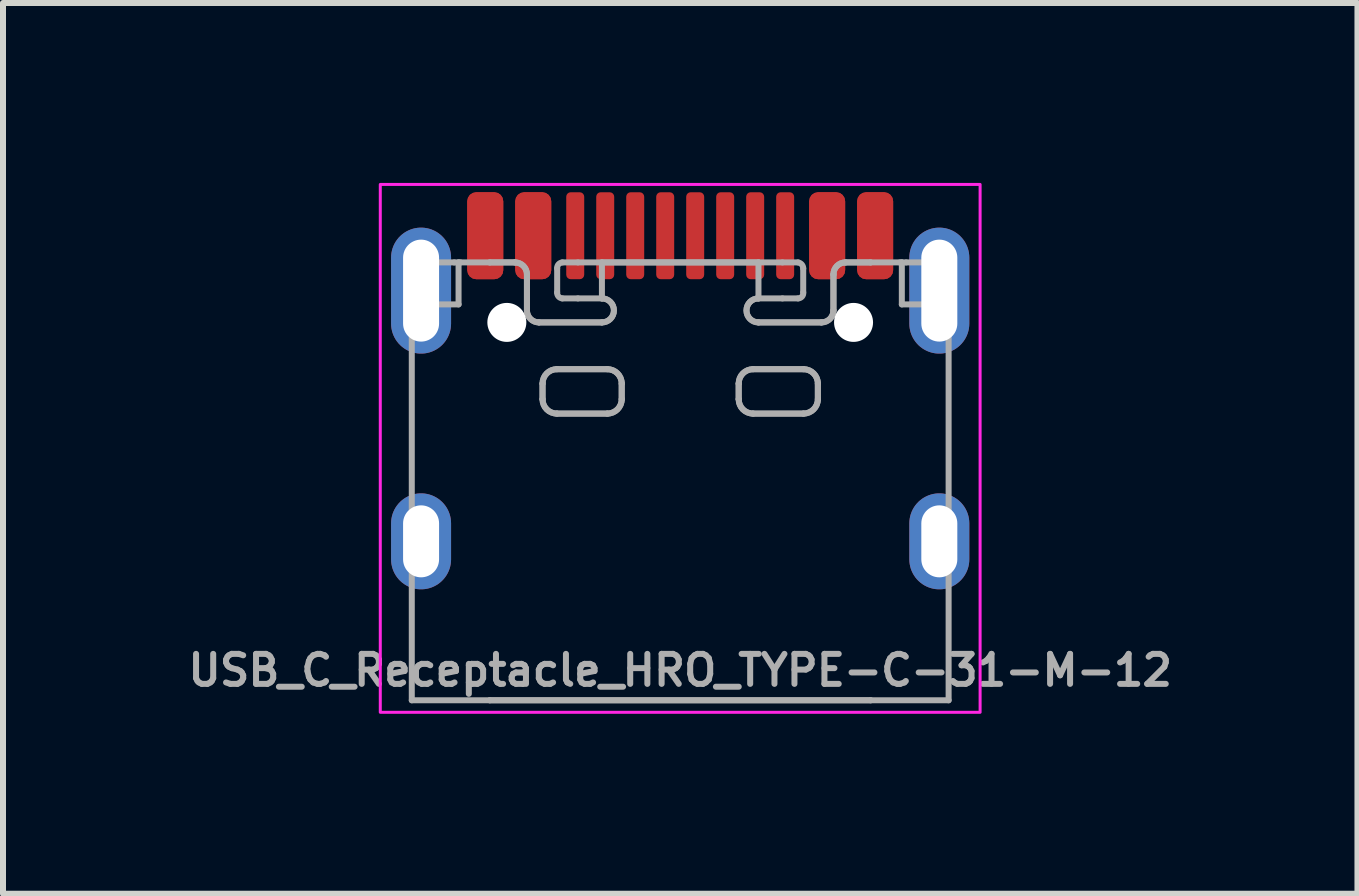
<source format=kicad_pcb>
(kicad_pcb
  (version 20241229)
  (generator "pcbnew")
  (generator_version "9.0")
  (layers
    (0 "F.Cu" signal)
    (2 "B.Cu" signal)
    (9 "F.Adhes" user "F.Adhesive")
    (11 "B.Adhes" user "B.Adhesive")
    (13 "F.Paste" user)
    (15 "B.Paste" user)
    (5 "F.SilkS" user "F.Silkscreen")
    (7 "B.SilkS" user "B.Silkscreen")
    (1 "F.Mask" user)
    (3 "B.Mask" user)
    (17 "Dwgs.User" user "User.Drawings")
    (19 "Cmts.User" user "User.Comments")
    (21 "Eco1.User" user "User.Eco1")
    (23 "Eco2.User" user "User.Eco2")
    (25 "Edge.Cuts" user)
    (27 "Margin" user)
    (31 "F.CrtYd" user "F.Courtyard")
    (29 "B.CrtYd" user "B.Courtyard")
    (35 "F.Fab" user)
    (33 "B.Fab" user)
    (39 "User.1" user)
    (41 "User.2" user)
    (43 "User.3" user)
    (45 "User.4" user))
  (footprint "USB_C_Receptacle_HRO_TYPE-C-31-M-12"
    (layer "F.Cu")
    (at 8.29 4.925)
    (property "Reference" "USB_C_Receptacle_HRO_TYPE-C-31-M-12" (at 0 3.2 0) (layer "F.Fab") (effects (font (size 0.5 0.5) (thickness 0.1))))
    (attr smd)
    (fp_rect (start -5 -4.9) (end 5 3.9) (stroke (width 0.05) (type default)) (fill no) (layer "F.CrtYd"))
    (fp_line (start -4.475 -3.6) (end -4.475 -2.98) (stroke (width 0.1) (type solid)) (layer "F.Fab"))
    (fp_line (start -4.475 -3.6) (end -4.475 -2.9) (stroke (width 0.1) (type solid)) (layer "F.Fab"))
    (fp_line (start -4.475 -3.6) (end -3.767 -3.6) (stroke (width 0.1) (type solid)) (layer "F.Fab"))
    (fp_line (start -4.475 -2.9) (end -4.475 3.7) (stroke (width 0.1) (type solid)) (layer "F.Fab"))
    (fp_line (start -4.475 -2.9) (end -3.695 -2.9) (stroke (width 0.1) (type solid)) (layer "F.Fab"))
    (fp_line (start -4.475 3.7) (end -3.175 3.7) (stroke (width 0.1) (type solid)) (layer "F.Fab"))
    (fp_line (start -3.695 -3.6) (end -3.695 -2.9) (stroke (width 0.1) (type solid)) (layer "F.Fab"))
    (fp_line (start -3.695 -3.6) (end -3.175 -3.6) (stroke (width 0.1) (type solid)) (layer "F.Fab"))
    (fp_line (start -3.663 -3.6) (end -3.767 -3.6) (stroke (width 0.1) (type solid)) (layer "F.Fab"))
    (fp_line (start -3.175 -3.6) (end -2.755 -3.6) (stroke (width 0.1) (type solid)) (layer "F.Fab"))
    (fp_line (start -3.175 3.7) (end 3.175 3.7) (stroke (width 0.1) (type solid)) (layer "F.Fab"))
    (fp_line (start -2.755 -3.6) (end -3.175 -3.6) (stroke (width 0.1) (type solid)) (layer "F.Fab"))
    (fp_line (start -2.555 -3.4) (end -2.555 -2.8) (stroke (width 0.1) (type solid)) (layer "F.Fab"))
    (fp_line (start -2.555 -3.4) (end -2.555 -2.8) (stroke (width 0.1) (type solid)) (layer "F.Fab"))
    (fp_line (start -2.355 -2.6) (end -1.305 -2.6) (stroke (width 0.1) (type solid)) (layer "F.Fab"))
    (fp_line (start -2.355 -2.6) (end -1.305 -2.6) (stroke (width 0.1) (type solid)) (layer "F.Fab"))
    (fp_line (start -2.295 -1.58) (end -2.295 -1.32) (stroke (width 0.1) (type solid)) (layer "F.Fab"))
    (fp_line (start -2.295 -1.32) (end -2.295 -1.58) (stroke (width 0.1) (type solid)) (layer "F.Fab"))
    (fp_line (start -2.055 -1.82) (end -1.215 -1.82) (stroke (width 0.1) (type solid)) (layer "F.Fab"))
    (fp_line (start -2.055 -1.08) (end -1.215 -1.08) (stroke (width 0.1) (type solid)) (layer "F.Fab"))
    (fp_line (start -2.051 -3.1) (end -2.051 -3.5) (stroke (width 0.1) (type solid)) (layer "F.Fab"))
    (fp_line (start -1.965 -3.6) (end -1.705 -3.6) (stroke (width 0.1) (type solid)) (layer "F.Fab"))
    (fp_line (start -1.705 -3.6) (end -1.305 -3.6) (stroke (width 0.1) (type solid)) (layer "F.Fab"))
    (fp_line (start -1.705 -3) (end -1.965 -3) (stroke (width 0.1) (type solid)) (layer "F.Fab"))
    (fp_line (start -1.705 -3) (end -1.305 -3) (stroke (width 0.1) (type solid)) (layer "F.Fab"))
    (fp_line (start -1.305 -3.6) (end 1.305 -3.6) (stroke (width 0.1) (type solid)) (layer "F.Fab"))
    (fp_line (start -1.305 -3) (end -1.305 -3.6) (stroke (width 0.1) (type solid)) (layer "F.Fab"))
    (fp_line (start -1.215 -1.82) (end -2.055 -1.82) (stroke (width 0.1) (type solid)) (layer "F.Fab"))
    (fp_line (start -1.215 -1.08) (end -2.055 -1.08) (stroke (width 0.1) (type solid)) (layer "F.Fab"))
    (fp_line (start -0.975 -1.58) (end -0.975 -1.32) (stroke (width 0.1) (type solid)) (layer "F.Fab"))
    (fp_line (start -0.975 -1.32) (end -0.975 -1.58) (stroke (width 0.1) (type solid)) (layer "F.Fab"))
    (fp_line (start 0.975 -1.58) (end 0.975 -1.32) (stroke (width 0.1) (type solid)) (layer "F.Fab"))
    (fp_line (start 0.975 -1.32) (end 0.975 -1.58) (stroke (width 0.1) (type solid)) (layer "F.Fab"))
    (fp_line (start 1.215 -1.82) (end 2.055 -1.82) (stroke (width 0.1) (type solid)) (layer "F.Fab"))
    (fp_line (start 1.215 -1.08) (end 2.055 -1.08) (stroke (width 0.1) (type solid)) (layer "F.Fab"))
    (fp_line (start 1.305 -3.6) (end -1.305 -3.6) (stroke (width 0.1) (type solid)) (layer "F.Fab"))
    (fp_line (start 1.305 -3.6) (end 1.305 -3) (stroke (width 0.1) (type solid)) (layer "F.Fab"))
    (fp_line (start 1.305 -2.6) (end 2.355 -2.6) (stroke (width 0.1) (type solid)) (layer "F.Fab"))
    (fp_line (start 1.705 -3) (end 1.305 -3) (stroke (width 0.1) (type solid)) (layer "F.Fab"))
    (fp_line (start 1.705 -3) (end 1.965 -3) (stroke (width 0.1) (type solid)) (layer "F.Fab"))
    (fp_line (start 1.705 -3.6) (end 1.305 -3.6) (stroke (width 0.1) (type solid)) (layer "F.Fab"))
    (fp_line (start 1.965 -3.6) (end 1.705 -3.6) (stroke (width 0.1) (type solid)) (layer "F.Fab"))
    (fp_line (start 2.051 -3.1) (end 2.051 -3.5) (stroke (width 0.1) (type solid)) (layer "F.Fab"))
    (fp_line (start 2.055 -1.82) (end 1.215 -1.82) (stroke (width 0.1) (type solid)) (layer "F.Fab"))
    (fp_line (start 2.055 -1.08) (end 1.215 -1.08) (stroke (width 0.1) (type solid)) (layer "F.Fab"))
    (fp_line (start 2.295 -1.58) (end 2.295 -1.32) (stroke (width 0.1) (type solid)) (layer "F.Fab"))
    (fp_line (start 2.295 -1.32) (end 2.295 -1.58) (stroke (width 0.1) (type solid)) (layer "F.Fab"))
    (fp_line (start 2.355 -2.6) (end 1.305 -2.6) (stroke (width 0.1) (type solid)) (layer "F.Fab"))
    (fp_line (start 2.555 -3.4) (end 2.555 -2.8) (stroke (width 0.1) (type solid)) (layer "F.Fab"))
    (fp_line (start 2.555 -2.8) (end 2.555 -3.4) (stroke (width 0.1) (type solid)) (layer "F.Fab"))
    (fp_line (start 2.755 -3.6) (end 3.175 -3.6) (stroke (width 0.1) (type solid)) (layer "F.Fab"))
    (fp_line (start 3.175 -3.6) (end 2.755 -3.6) (stroke (width 0.1) (type solid)) (layer "F.Fab"))
    (fp_line (start 3.175 3.7) (end -3.175 3.7) (stroke (width 0.1) (type solid)) (layer "F.Fab"))
    (fp_line (start 3.695 -3.6) (end 3.175 -3.6) (stroke (width 0.1) (type solid)) (layer "F.Fab"))
    (fp_line (start 3.695 -3.6) (end 3.695 -2.9) (stroke (width 0.1) (type solid)) (layer "F.Fab"))
    (fp_line (start 3.767 -3.6) (end 3.663 -3.6) (stroke (width 0.1) (type solid)) (layer "F.Fab"))
    (fp_line (start 3.767 -3.6) (end 4.475 -3.6) (stroke (width 0.1) (type solid)) (layer "F.Fab"))
    (fp_line (start 4.475 -3.6) (end 4.475 -2.98) (stroke (width 0.1) (type solid)) (layer "F.Fab"))
    (fp_line (start 4.475 -3.6) (end 4.475 -2.9) (stroke (width 0.1) (type solid)) (layer "F.Fab"))
    (fp_line (start 4.475 -2.9) (end 3.695 -2.9) (stroke (width 0.1) (type solid)) (layer "F.Fab"))
    (fp_line (start 4.475 3.7) (end 3.175 3.7) (stroke (width 0.1) (type solid)) (layer "F.Fab"))
    (fp_line (start 4.475 3.7) (end 4.475 -2.9) (stroke (width 0.1) (type solid)) (layer "F.Fab"))
    (fp_arc (start -2.755 -3.6) (mid -2.613579 -3.541421) (end -2.555 -3.4) (stroke (width 0.1) (type solid)) (layer "F.Fab"))
    (fp_arc (start -2.755 -3.6) (mid -2.613579 -3.541421) (end -2.555 -3.4) (stroke (width 0.1) (type solid)) (layer "F.Fab"))
    (fp_arc (start -2.355 -2.6) (mid -2.496421 -2.658579) (end -2.555 -2.8) (stroke (width 0.1) (type solid)) (layer "F.Fab"))
    (fp_arc (start -2.355 -2.6) (mid -2.496421 -2.658579) (end -2.555 -2.8) (stroke (width 0.1) (type solid)) (layer "F.Fab"))
    (fp_arc (start -2.295001 -1.580001) (mid -2.224706 -1.749706) (end -2.055 -1.82) (stroke (width 0.1) (type solid)) (layer "F.Fab"))
    (fp_arc (start -2.295 -1.58) (mid -2.224706 -1.749706) (end -2.055 -1.82) (stroke (width 0.1) (type solid)) (layer "F.Fab"))
    (fp_arc (start -2.055001 -1.080001) (mid -2.224706 -1.150295) (end -2.295 -1.32) (stroke (width 0.1) (type solid)) (layer "F.Fab"))
    (fp_arc (start -2.055 -1.08) (mid -2.224706 -1.150294) (end -2.295 -1.32) (stroke (width 0.1) (type solid)) (layer "F.Fab"))
    (fp_arc (start -2.051414 -3.500002) (mid -2.028821 -3.567938) (end -1.964808 -3.6) (stroke (width 0.1) (type solid)) (layer "F.Fab"))
    (fp_arc (start -1.964808 -3) (mid -2.028819 -3.032063) (end -2.051409 -3.099997) (stroke (width 0.1) (type solid)) (layer "F.Fab"))
    (fp_arc (start -1.305 -3) (mid -1.105 -2.8) (end -1.305 -2.6) (stroke (width 0.1) (type solid)) (layer "F.Fab"))
    (fp_arc (start -1.305 -3) (mid -1.105 -2.8) (end -1.305 -2.6) (stroke (width 0.1) (type solid)) (layer "F.Fab"))
    (fp_arc (start -1.215 -1.82) (mid -1.045294 -1.749706) (end -0.975 -1.58) (stroke (width 0.1) (type solid)) (layer "F.Fab"))
    (fp_arc (start -1.215 -1.82) (mid -1.045294 -1.749706) (end -0.975 -1.58) (stroke (width 0.1) (type solid)) (layer "F.Fab"))
    (fp_arc (start -0.974999 -1.32) (mid -1.045294 -1.150294) (end -1.215 -1.079999) (stroke (width 0.1) (type solid)) (layer "F.Fab"))
    (fp_arc (start -0.974999 -1.32) (mid -1.045294 -1.150294) (end -1.215 -1.079999) (stroke (width 0.1) (type solid)) (layer "F.Fab"))
    (fp_arc (start 0.975 -1.58) (mid 1.045294 -1.749706) (end 1.215 -1.82) (stroke (width 0.1) (type solid)) (layer "F.Fab"))
    (fp_arc (start 0.975 -1.58) (mid 1.045294 -1.749706) (end 1.215 -1.82) (stroke (width 0.1) (type solid)) (layer "F.Fab"))
    (fp_arc (start 1.215 -1.08) (mid 1.045294 -1.150294) (end 0.975 -1.32) (stroke (width 0.1) (type solid)) (layer "F.Fab"))
    (fp_arc (start 1.215 -1.08) (mid 1.045294 -1.150294) (end 0.975 -1.32) (stroke (width 0.1) (type solid)) (layer "F.Fab"))
    (fp_arc (start 1.305 -2.6) (mid 1.105 -2.8) (end 1.305 -3) (stroke (width 0.1) (type solid)) (layer "F.Fab"))
    (fp_arc (start 1.305 -2.6) (mid 1.105 -2.8) (end 1.305 -3) (stroke (width 0.1) (type solid)) (layer "F.Fab"))
    (fp_arc (start 1.964807 -3.599999) (mid 2.026528 -3.565952) (end 2.05141 -3.5) (stroke (width 0.1) (type solid)) (layer "F.Fab"))
    (fp_arc (start 2.051409 -3.1) (mid 2.030638 -3.030489) (end 1.964807 -3) (stroke (width 0.1) (type solid)) (layer "F.Fab"))
    (fp_arc (start 2.055 -1.82) (mid 2.224706 -1.749706) (end 2.295 -1.58) (stroke (width 0.1) (type solid)) (layer "F.Fab"))
    (fp_arc (start 2.055 -1.82) (mid 2.224706 -1.749706) (end 2.295 -1.58) (stroke (width 0.1) (type solid)) (layer "F.Fab"))
    (fp_arc (start 2.295 -1.32) (mid 2.224706 -1.150294) (end 2.055 -1.08) (stroke (width 0.1) (type solid)) (layer "F.Fab"))
    (fp_arc (start 2.295001 -1.32) (mid 2.224706 -1.150294) (end 2.055 -1.079999) (stroke (width 0.1) (type solid)) (layer "F.Fab"))
    (fp_arc (start 2.555 -3.4) (mid 2.613579 -3.541421) (end 2.755 -3.6) (stroke (width 0.1) (type solid)) (layer "F.Fab"))
    (fp_arc (start 2.555 -3.4) (mid 2.613579 -3.541421) (end 2.755 -3.6) (stroke (width 0.1) (type solid)) (layer "F.Fab"))
    (fp_arc (start 2.555 -2.8) (mid 2.496421 -2.658579) (end 2.355 -2.6) (stroke (width 0.1) (type solid)) (layer "F.Fab"))
    (fp_arc (start 2.555 -2.8) (mid 2.496421 -2.658579) (end 2.355 -2.6) (stroke (width 0.1) (type solid)) (layer "F.Fab"))
    (pad "" np_thru_hole circle (at -2.89 -2.6) (size 0.65 0.65) (drill 0.65) (layers "*.Cu" "*.Mask"))
    (pad "" np_thru_hole circle (at 2.89 -2.6) (size 0.65 0.65) (drill 0.65) (layers "*.Cu" "*.Mask"))
    (pad "A1" smd roundrect (at -3.25 -4.045) (size 0.6 1.45) (layers "F.Cu" "F.Mask" "F.Paste") (roundrect_rratio 0.25))
    (pad "A4" smd roundrect (at -2.45 -4.045) (size 0.6 1.45) (layers "F.Cu" "F.Mask" "F.Paste") (roundrect_rratio 0.25))
    (pad "A5" smd roundrect (at -1.25 -4.045) (size 0.3 1.45) (layers "F.Cu" "F.Mask" "F.Paste") (roundrect_rratio 0.25))
    (pad "A6" smd roundrect (at -0.25 -4.045) (size 0.3 1.45) (layers "F.Cu" "F.Mask" "F.Paste") (roundrect_rratio 0.25))
    (pad "A7" smd roundrect (at 0.25 -4.045) (size 0.3 1.45) (layers "F.Cu" "F.Mask" "F.Paste") (roundrect_rratio 0.25))
    (pad "A8" smd roundrect (at 1.25 -4.045) (size 0.3 1.45) (layers "F.Cu" "F.Mask" "F.Paste") (roundrect_rratio 0.25))
    (pad "A9" smd roundrect (at 2.45 -4.045) (size 0.6 1.45) (layers "F.Cu" "F.Mask" "F.Paste") (roundrect_rratio 0.25))
    (pad "A12" smd roundrect (at 3.25 -4.045) (size 0.6 1.45) (layers "F.Cu" "F.Mask" "F.Paste") (roundrect_rratio 0.25))
    (pad "B1" smd roundrect (at 3.25 -4.045) (size 0.6 1.45) (layers "F.Cu" "F.Mask" "F.Paste") (roundrect_rratio 0.25))
    (pad "B4" smd roundrect (at 2.45 -4.045) (size 0.6 1.45) (layers "F.Cu" "F.Mask" "F.Paste") (roundrect_rratio 0.25))
    (pad "B5" smd roundrect (at 1.75 -4.045) (size 0.3 1.45) (layers "F.Cu" "F.Mask" "F.Paste") (roundrect_rratio 0.25))
    (pad "B6" smd roundrect (at 0.75 -4.045) (size 0.3 1.45) (layers "F.Cu" "F.Mask" "F.Paste") (roundrect_rratio 0.25))
    (pad "B7" smd roundrect (at -0.75 -4.045) (size 0.3 1.45) (layers "F.Cu" "F.Mask" "F.Paste") (roundrect_rratio 0.25))
    (pad "B8" smd roundrect (at -1.75 -4.045) (size 0.3 1.45) (layers "F.Cu" "F.Mask" "F.Paste") (roundrect_rratio 0.25))
    (pad "B9" smd roundrect (at -2.45 -4.045) (size 0.6 1.45) (layers "F.Cu" "F.Mask" "F.Paste") (roundrect_rratio 0.25))
    (pad "B12" smd roundrect (at -3.25 -4.045) (size 0.6 1.45) (layers "F.Cu" "F.Mask" "F.Paste") (roundrect_rratio 0.25))
    (pad "S1" thru_hole oval (at -4.32 -3.13) (size 1 2.1) (drill oval 0.6 1.7) (layers "*.Cu" "*.Mask"))
    (pad "S1" thru_hole oval (at -4.32 1.05) (size 1 1.6) (drill oval 0.6 1.2) (layers "*.Cu" "*.Mask"))
    (pad "S1" thru_hole oval (at 4.32 -3.13) (size 1 2.1) (drill oval 0.6 1.7) (layers "*.Cu" "*.Mask"))
    (pad "S1" thru_hole oval (at 4.32 1.05) (size 1 1.6) (drill oval 0.6 1.2) (layers "*.Cu" "*.Mask")))
  (gr_rect
    (start -3 -3)
    (end 19.581 11.85)
    (stroke (width 0.1) (type default))
    (fill no)
    (layer "Edge.Cuts")))
</source>
